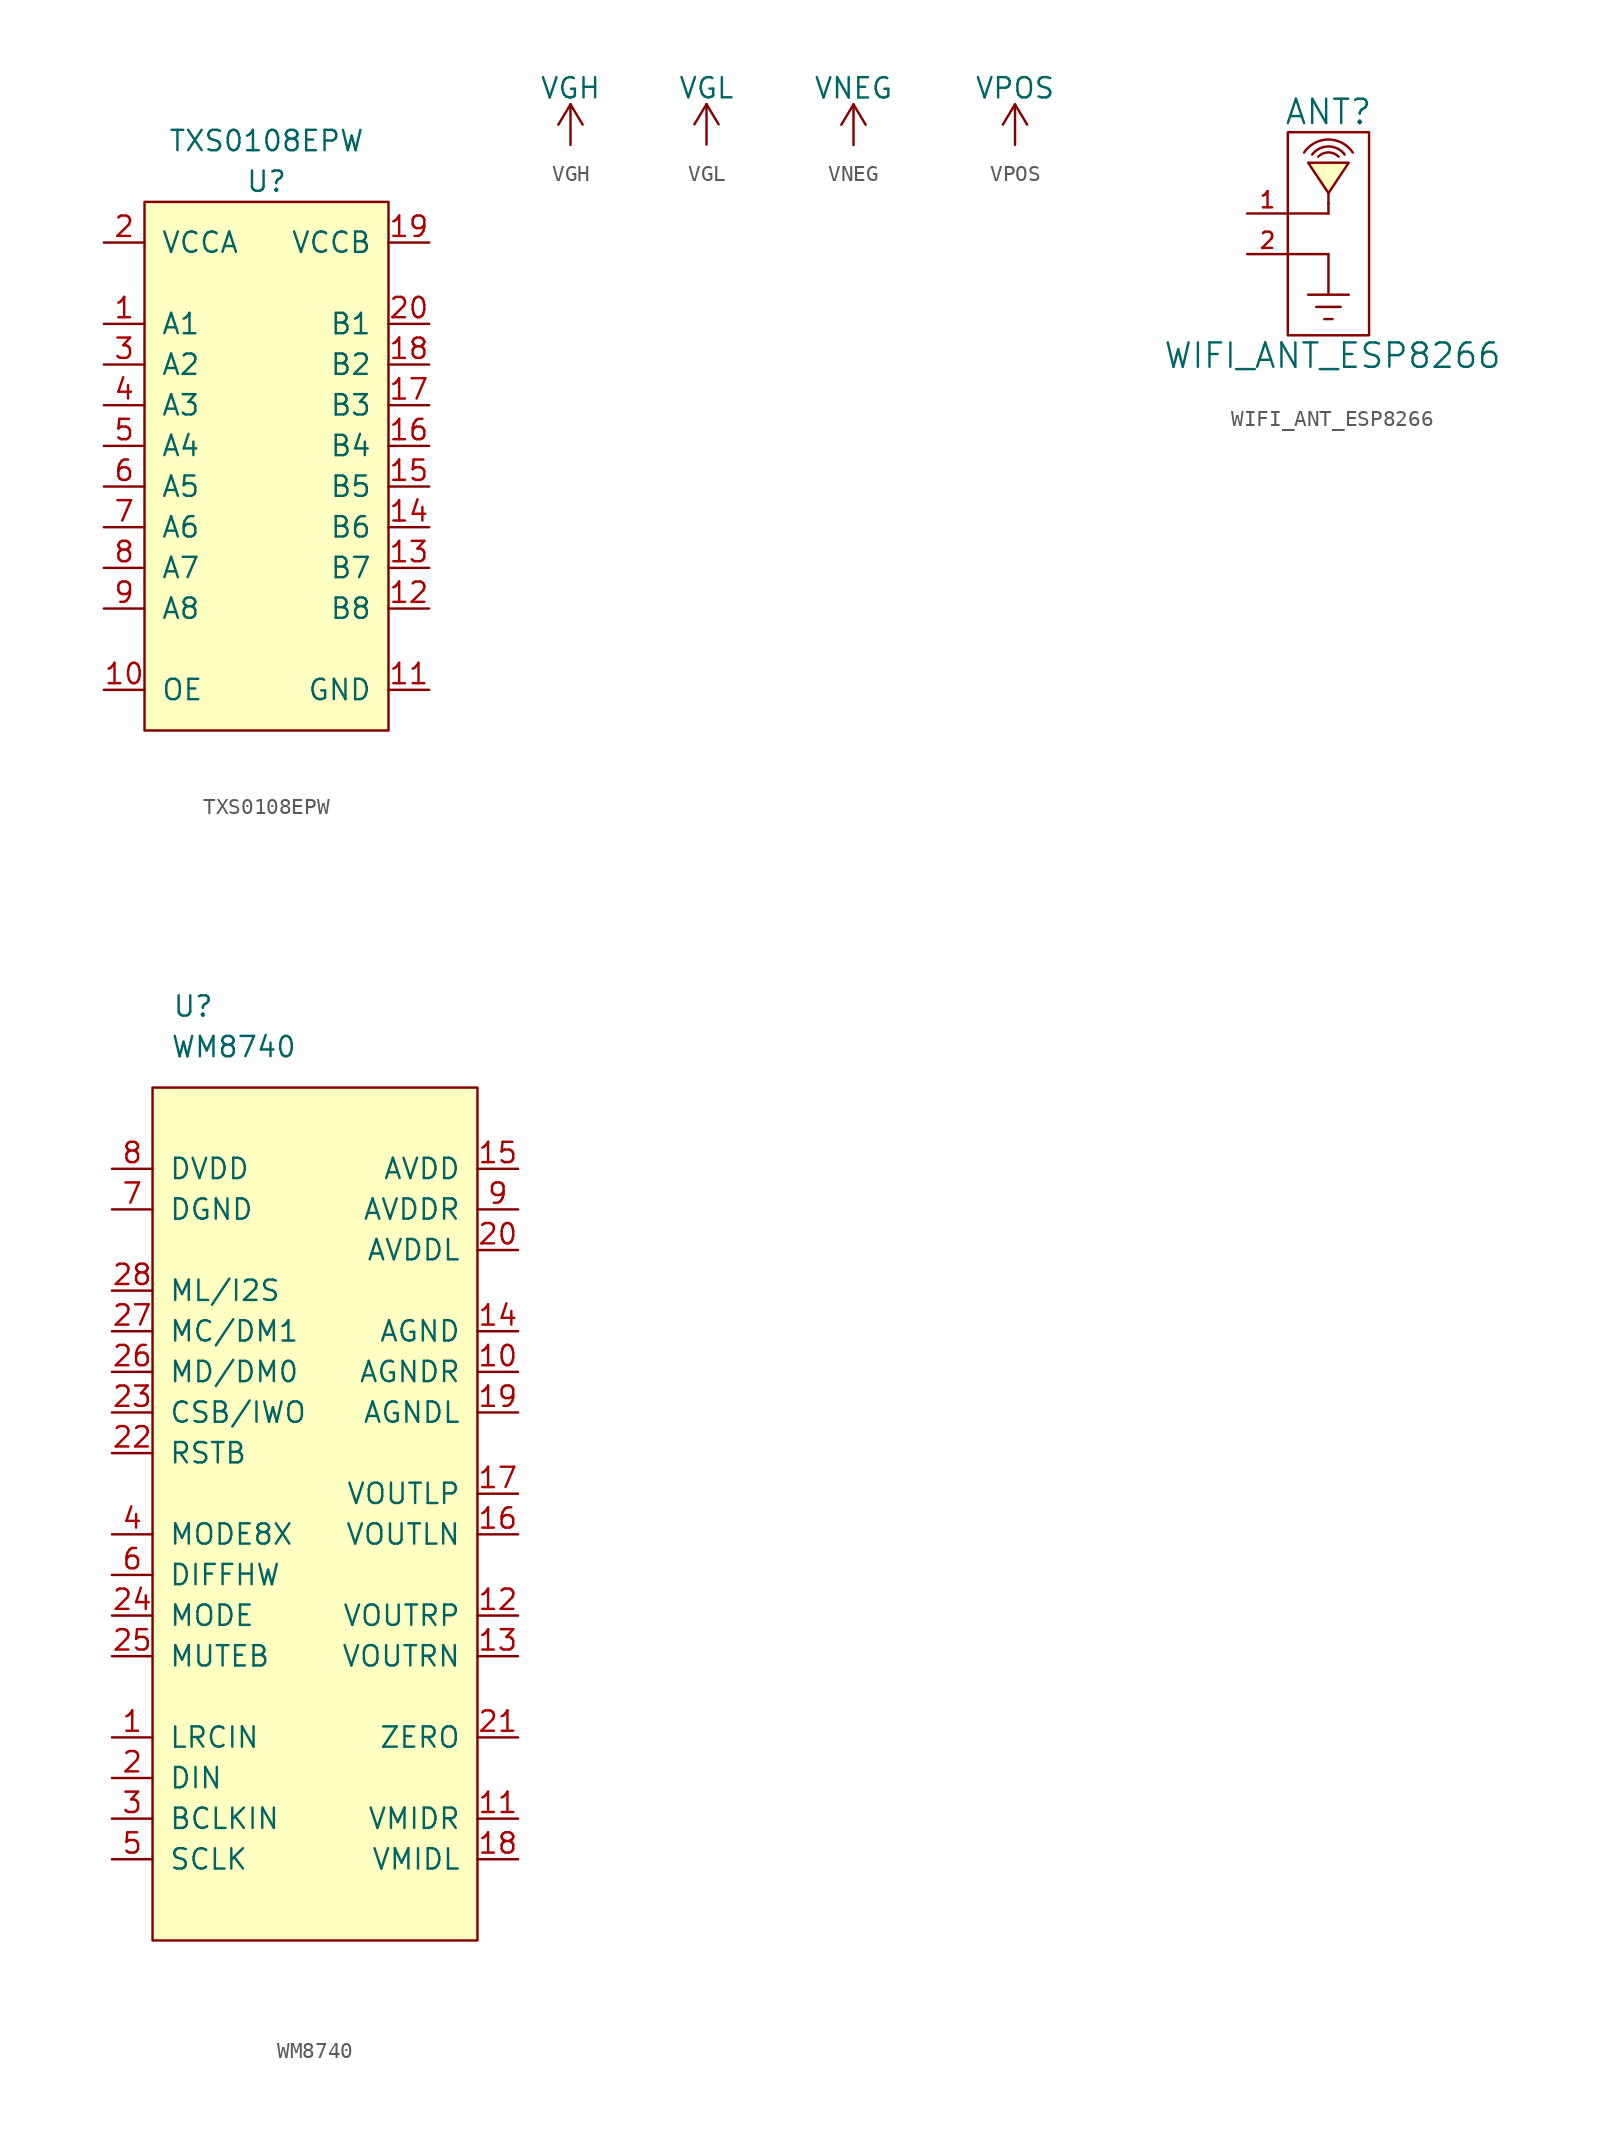
<source format=kicad_sym>
(kicad_symbol_lib
  (version 20211014)
  (generator kicad_symbol_editor)
  (symbol "TXS0108EPW"
    (pin_names
      (offset 1.016))
    (property "Reference" "U"
      (at 0 8.89 0)
      (effects (font (size 1.27 1.27))))
    (property "Value" "TXS0108EPW"
      (at 0 11.43 0)
      (effects (font (size 1.27 1.27))))
    (symbol "TXS0108EPW_0_1"
      (rectangle (start -7.62 7.62) (end 7.62 -25.4) (stroke (width 0) (type default) (color 0 0 0 0)) (fill (type background))))
    (symbol "TXS0108EPW_1_1"
      (pin bidirectional line (at -10.16 0 0) (length 2.54) (name "A1" (effects (font (size 1.27 1.27)))) (number "1" (effects (font (size 1.27 1.27)))))
      (pin input line (at -10.16 -22.86 0) (length 2.54) (name "OE" (effects (font (size 1.27 1.27)))) (number "10" (effects (font (size 1.27 1.27)))))
      (pin power_in line (at 10.16 -22.86 180) (length 2.54) (name "GND" (effects (font (size 1.27 1.27)))) (number "11" (effects (font (size 1.27 1.27)))))
      (pin bidirectional line (at 10.16 -17.78 180) (length 2.54) (name "B8" (effects (font (size 1.27 1.27)))) (number "12" (effects (font (size 1.27 1.27)))))
      (pin bidirectional line (at 10.16 -15.24 180) (length 2.54) (name "B7" (effects (font (size 1.27 1.27)))) (number "13" (effects (font (size 1.27 1.27)))))
      (pin bidirectional line (at 10.16 -12.7 180) (length 2.54) (name "B6" (effects (font (size 1.27 1.27)))) (number "14" (effects (font (size 1.27 1.27)))))
      (pin bidirectional line (at 10.16 -10.16 180) (length 2.54) (name "B5" (effects (font (size 1.27 1.27)))) (number "15" (effects (font (size 1.27 1.27)))))
      (pin bidirectional line (at 10.16 -7.62 180) (length 2.54) (name "B4" (effects (font (size 1.27 1.27)))) (number "16" (effects (font (size 1.27 1.27)))))
      (pin bidirectional line (at 10.16 -5.08 180) (length 2.54) (name "B3" (effects (font (size 1.27 1.27)))) (number "17" (effects (font (size 1.27 1.27)))))
      (pin bidirectional line (at 10.16 -2.54 180) (length 2.54) (name "B2" (effects (font (size 1.27 1.27)))) (number "18" (effects (font (size 1.27 1.27)))))
      (pin power_in line (at 10.16 5.08 180) (length 2.54) (name "VCCB" (effects (font (size 1.27 1.27)))) (number "19" (effects (font (size 1.27 1.27)))))
      (pin power_in line (at -10.16 5.08 0) (length 2.54) (name "VCCA" (effects (font (size 1.27 1.27)))) (number "2" (effects (font (size 1.27 1.27)))))
      (pin bidirectional line (at 10.16 0 180) (length 2.54) (name "B1" (effects (font (size 1.27 1.27)))) (number "20" (effects (font (size 1.27 1.27)))))
      (pin bidirectional line (at -10.16 -2.54 0) (length 2.54) (name "A2" (effects (font (size 1.27 1.27)))) (number "3" (effects (font (size 1.27 1.27)))))
      (pin bidirectional line (at -10.16 -5.08 0) (length 2.54) (name "A3" (effects (font (size 1.27 1.27)))) (number "4" (effects (font (size 1.27 1.27)))))
      (pin bidirectional line (at -10.16 -7.62 0) (length 2.54) (name "A4" (effects (font (size 1.27 1.27)))) (number "5" (effects (font (size 1.27 1.27)))))
      (pin bidirectional line (at -10.16 -10.16 0) (length 2.54) (name "A5" (effects (font (size 1.27 1.27)))) (number "6" (effects (font (size 1.27 1.27)))))
      (pin bidirectional line (at -10.16 -12.7 0) (length 2.54) (name "A6" (effects (font (size 1.27 1.27)))) (number "7" (effects (font (size 1.27 1.27)))))
      (pin bidirectional line (at -10.16 -15.24 0) (length 2.54) (name "A7" (effects (font (size 1.27 1.27)))) (number "8" (effects (font (size 1.27 1.27)))))
      (pin bidirectional line (at -10.16 -17.78 0) (length 2.54) (name "A8" (effects (font (size 1.27 1.27)))) (number "9" (effects (font (size 1.27 1.27)))))))
  (symbol "VGH"
    (power)
    (pin_names
      (offset 0))
    (property "Reference" "#PWR"
      (at 0 -3.81 0)
      (effects (font (size 1.27 1.27)) hide))
    (property "Value" "VGH"
      (at 0 3.556 0)
      (effects (font (size 1.27 1.27))))
    (symbol "VGH_0_1"
      (polyline (pts (xy -0.762 1.27) (xy 0 2.54)) (stroke (width 0) (type default) (color 0 0 0 0)) (fill (type none)))
      (polyline (pts (xy 0 0) (xy 0 2.54)) (stroke (width 0) (type default) (color 0 0 0 0)) (fill (type none)))
      (polyline (pts (xy 0 2.54) (xy 0.762 1.27)) (stroke (width 0) (type default) (color 0 0 0 0)) (fill (type none))))
    (symbol "VGH_1_1"
      (pin power_in line (at 0 0 90) (length 0) hide (name "VGH" (effects (font (size 1.27 1.27)))) (number "1" (effects (font (size 1.27 1.27)))))))
  (symbol "VGL"
    (power)
    (pin_names
      (offset 0))
    (property "Reference" "#PWR"
      (at 0 -3.81 0)
      (effects (font (size 1.27 1.27)) hide))
    (property "Value" "VGL"
      (at 0 3.556 0)
      (effects (font (size 1.27 1.27))))
    (symbol "VGL_0_1"
      (polyline (pts (xy -0.762 1.27) (xy 0 2.54)) (stroke (width 0) (type default) (color 0 0 0 0)) (fill (type none)))
      (polyline (pts (xy 0 0) (xy 0 2.54)) (stroke (width 0) (type default) (color 0 0 0 0)) (fill (type none)))
      (polyline (pts (xy 0 2.54) (xy 0.762 1.27)) (stroke (width 0) (type default) (color 0 0 0 0)) (fill (type none))))
    (symbol "VGL_1_1"
      (pin power_in line (at 0 0 90) (length 0) hide (name "VGL" (effects (font (size 1.27 1.27)))) (number "1" (effects (font (size 1.27 1.27)))))))
  (symbol "VNEG"
    (power)
    (pin_names
      (offset 0))
    (property "Reference" "#PWR"
      (at 0 -3.81 0)
      (effects (font (size 1.27 1.27)) hide))
    (property "Value" "VNEG"
      (at 0 3.556 0)
      (effects (font (size 1.27 1.27))))
    (symbol "VNEG_0_1"
      (polyline (pts (xy -0.762 1.27) (xy 0 2.54)) (stroke (width 0) (type default) (color 0 0 0 0)) (fill (type none)))
      (polyline (pts (xy 0 0) (xy 0 2.54)) (stroke (width 0) (type default) (color 0 0 0 0)) (fill (type none)))
      (polyline (pts (xy 0 2.54) (xy 0.762 1.27)) (stroke (width 0) (type default) (color 0 0 0 0)) (fill (type none))))
    (symbol "VNEG_1_1"
      (pin power_in line (at 0 0 90) (length 0) hide (name "VNEG" (effects (font (size 1.27 1.27)))) (number "1" (effects (font (size 1.27 1.27)))))))
  (symbol "VPOS"
    (power)
    (pin_names
      (offset 0))
    (property "Reference" "#PWR"
      (at 0 -3.81 0)
      (effects (font (size 1.27 1.27)) hide))
    (property "Value" "VPOS"
      (at 0 3.556 0)
      (effects (font (size 1.27 1.27))))
    (symbol "VPOS_0_1"
      (polyline (pts (xy -0.762 1.27) (xy 0 2.54)) (stroke (width 0) (type default) (color 0 0 0 0)) (fill (type none)))
      (polyline (pts (xy 0 0) (xy 0 2.54)) (stroke (width 0) (type default) (color 0 0 0 0)) (fill (type none)))
      (polyline (pts (xy 0 2.54) (xy 0.762 1.27)) (stroke (width 0) (type default) (color 0 0 0 0)) (fill (type none))))
    (symbol "VPOS_1_1"
      (pin power_in line (at 0 0 90) (length 0) hide (name "VPOS" (effects (font (size 1.27 1.27)))) (number "1" (effects (font (size 1.27 1.27)))))))
  (symbol "WIFI_ANT_ESP8266"
    (pin_names
      (offset 1.016))
    (property "Reference" "ANT"
      (at 0 8.89 0)
      (effects (font (size 1.524 1.524))))
    (property "Value" "WIFI_ANT_ESP8266"
      (at 0.254 -6.35 0)
      (effects (font (size 1.524 1.524))))
    (symbol "WIFI_ANT_ESP8266_0_1"
      (rectangle (start -2.54 -5.08) (end 2.54 7.62) (stroke (width 0) (type default) (color 0 0 0 0)) (fill (type none)))
      (rectangle (start -2.54 0) (end 0 0) (stroke (width 0) (type default) (color 0 0 0 0)) (fill (type none)))
      (rectangle (start -2.54 2.54) (end 0 2.54) (stroke (width 0) (type default) (color 0 0 0 0)) (fill (type none)))
      (rectangle (start -1.27 -2.54) (end 1.27 -2.54) (stroke (width 0) (type default) (color 0 0 0 0)) (fill (type none)))
      (rectangle (start -0.254 -4.064) (end 0.254 -4.064) (stroke (width 0) (type default) (color 0 0 0 0)) (fill (type none)))
      (rectangle (start 0 0) (end 0 -2.54) (stroke (width 0) (type default) (color 0 0 0 0)) (fill (type none)))
      (polyline (pts (xy 0 3.81) (xy 1.27 5.715) (xy -1.27 5.715) (xy 0 3.81)) (stroke (width 0) (type default) (color 0 0 0 0)) (fill (type background)))
      (rectangle (start 0 2.54) (end 0 3.175) (stroke (width 0) (type default) (color 0 0 0 0)) (fill (type none)))
      (rectangle (start 0 3.175) (end 0 3.175) (stroke (width 0) (type default) (color 0 0 0 0)) (fill (type none)))
      (rectangle (start 0 3.175) (end 0 3.81) (stroke (width 0) (type default) (color 0 0 0 0)) (fill (type none)))
      (rectangle (start 0.762 -3.302) (end -0.762 -3.302) (stroke (width 0) (type default) (color 0 0 0 0)) (fill (type none)))
      (arc (start 1.016 6.223) (mid 0 6.731) (end -1.016 6.223) (stroke (width 0) (type default) (color 0 0 0 0)) (fill (type none)))
      (arc (start 1.524 6.35) (mid 0 7.1656) (end -1.524 6.35) (stroke (width 0) (type default) (color 0 0 0 0)) (fill (type none))))
    (symbol "WIFI_ANT_ESP8266_1_1"
      (arc (start 0.635 6.096) (mid 0 6.359) (end -0.635 6.096) (stroke (width 0) (type default) (color 0 0 0 0)) (fill (type none)))
      (pin input line (at -5.08 2.54 0) (length 2.54) (name "~" (effects (font (size 1.016 1.016)))) (number "1" (effects (font (size 1.016 1.016)))))
      (pin input line (at -5.08 0 0) (length 2.54) (name "~" (effects (font (size 1.016 1.016)))) (number "2" (effects (font (size 1.016 1.016)))))))
  (symbol "WM8740"
    (pin_names
      (offset 1.016))
    (property "Reference" "U"
      (at -7.62 17.78 0)
      (effects (font (size 1.27 1.27))))
    (property "Value" "WM8740"
      (at -5.08 15.24 0)
      (effects (font (size 1.27 1.27))))
    (symbol "WM8740_0_1"
      (rectangle (start -10.16 12.7) (end 10.16 -40.64) (stroke (width 0) (type default) (color 0 0 0 0)) (fill (type background))))
    (symbol "WM8740_1_1"
      (pin input line (at -12.7 -27.94 0) (length 2.54) (name "LRCIN" (effects (font (size 1.27 1.27)))) (number "1" (effects (font (size 1.27 1.27)))))
      (pin power_in line (at 12.7 -5.08 180) (length 2.54) (name "AGNDR" (effects (font (size 1.27 1.27)))) (number "10" (effects (font (size 1.27 1.27)))))
      (pin power_out line (at 12.7 -33.02 180) (length 2.54) (name "VMIDR" (effects (font (size 1.27 1.27)))) (number "11" (effects (font (size 1.27 1.27)))))
      (pin output line (at 12.7 -20.32 180) (length 2.54) (name "VOUTRP" (effects (font (size 1.27 1.27)))) (number "12" (effects (font (size 1.27 1.27)))))
      (pin output line (at 12.7 -22.86 180) (length 2.54) (name "VOUTRN" (effects (font (size 1.27 1.27)))) (number "13" (effects (font (size 1.27 1.27)))))
      (pin power_in line (at 12.7 -2.54 180) (length 2.54) (name "AGND" (effects (font (size 1.27 1.27)))) (number "14" (effects (font (size 1.27 1.27)))))
      (pin power_in line (at 12.7 7.62 180) (length 2.54) (name "AVDD" (effects (font (size 1.27 1.27)))) (number "15" (effects (font (size 1.27 1.27)))))
      (pin output line (at 12.7 -15.24 180) (length 2.54) (name "VOUTLN" (effects (font (size 1.27 1.27)))) (number "16" (effects (font (size 1.27 1.27)))))
      (pin output line (at 12.7 -12.7 180) (length 2.54) (name "VOUTLP" (effects (font (size 1.27 1.27)))) (number "17" (effects (font (size 1.27 1.27)))))
      (pin power_out line (at 12.7 -35.56 180) (length 2.54) (name "VMIDL" (effects (font (size 1.27 1.27)))) (number "18" (effects (font (size 1.27 1.27)))))
      (pin power_in line (at 12.7 -7.62 180) (length 2.54) (name "AGNDL" (effects (font (size 1.27 1.27)))) (number "19" (effects (font (size 1.27 1.27)))))
      (pin input line (at -12.7 -30.48 0) (length 2.54) (name "DIN" (effects (font (size 1.27 1.27)))) (number "2" (effects (font (size 1.27 1.27)))))
      (pin power_in line (at 12.7 2.54 180) (length 2.54) (name "AVDDL" (effects (font (size 1.27 1.27)))) (number "20" (effects (font (size 1.27 1.27)))))
      (pin output line (at 12.7 -27.94 180) (length 2.54) (name "ZERO" (effects (font (size 1.27 1.27)))) (number "21" (effects (font (size 1.27 1.27)))))
      (pin input line (at -12.7 -10.16 0) (length 2.54) (name "RSTB" (effects (font (size 1.27 1.27)))) (number "22" (effects (font (size 1.27 1.27)))))
      (pin input line (at -12.7 -7.62 0) (length 2.54) (name "CSB/IWO" (effects (font (size 1.27 1.27)))) (number "23" (effects (font (size 1.27 1.27)))))
      (pin input line (at -12.7 -20.32 0) (length 2.54) (name "MODE" (effects (font (size 1.27 1.27)))) (number "24" (effects (font (size 1.27 1.27)))))
      (pin input line (at -12.7 -22.86 0) (length 2.54) (name "MUTEB" (effects (font (size 1.27 1.27)))) (number "25" (effects (font (size 1.27 1.27)))))
      (pin input line (at -12.7 -5.08 0) (length 2.54) (name "MD/DM0" (effects (font (size 1.27 1.27)))) (number "26" (effects (font (size 1.27 1.27)))))
      (pin input line (at -12.7 -2.54 0) (length 2.54) (name "MC/DM1" (effects (font (size 1.27 1.27)))) (number "27" (effects (font (size 1.27 1.27)))))
      (pin input line (at -12.7 0 0) (length 2.54) (name "ML/I2S" (effects (font (size 1.27 1.27)))) (number "28" (effects (font (size 1.27 1.27)))))
      (pin input line (at -12.7 -33.02 0) (length 2.54) (name "BCLKIN" (effects (font (size 1.27 1.27)))) (number "3" (effects (font (size 1.27 1.27)))))
      (pin input line (at -12.7 -15.24 0) (length 2.54) (name "MODE8X" (effects (font (size 1.27 1.27)))) (number "4" (effects (font (size 1.27 1.27)))))
      (pin input line (at -12.7 -35.56 0) (length 2.54) (name "SCLK" (effects (font (size 1.27 1.27)))) (number "5" (effects (font (size 1.27 1.27)))))
      (pin input line (at -12.7 -17.78 0) (length 2.54) (name "DIFFHW" (effects (font (size 1.27 1.27)))) (number "6" (effects (font (size 1.27 1.27)))))
      (pin power_in line (at -12.7 5.08 0) (length 2.54) (name "DGND" (effects (font (size 1.27 1.27)))) (number "7" (effects (font (size 1.27 1.27)))))
      (pin power_in line (at -12.7 7.62 0) (length 2.54) (name "DVDD" (effects (font (size 1.27 1.27)))) (number "8" (effects (font (size 1.27 1.27)))))
      (pin power_in line (at 12.7 5.08 180) (length 2.54) (name "AVDDR" (effects (font (size 1.27 1.27)))) (number "9" (effects (font (size 1.27 1.27))))))))
</source>
